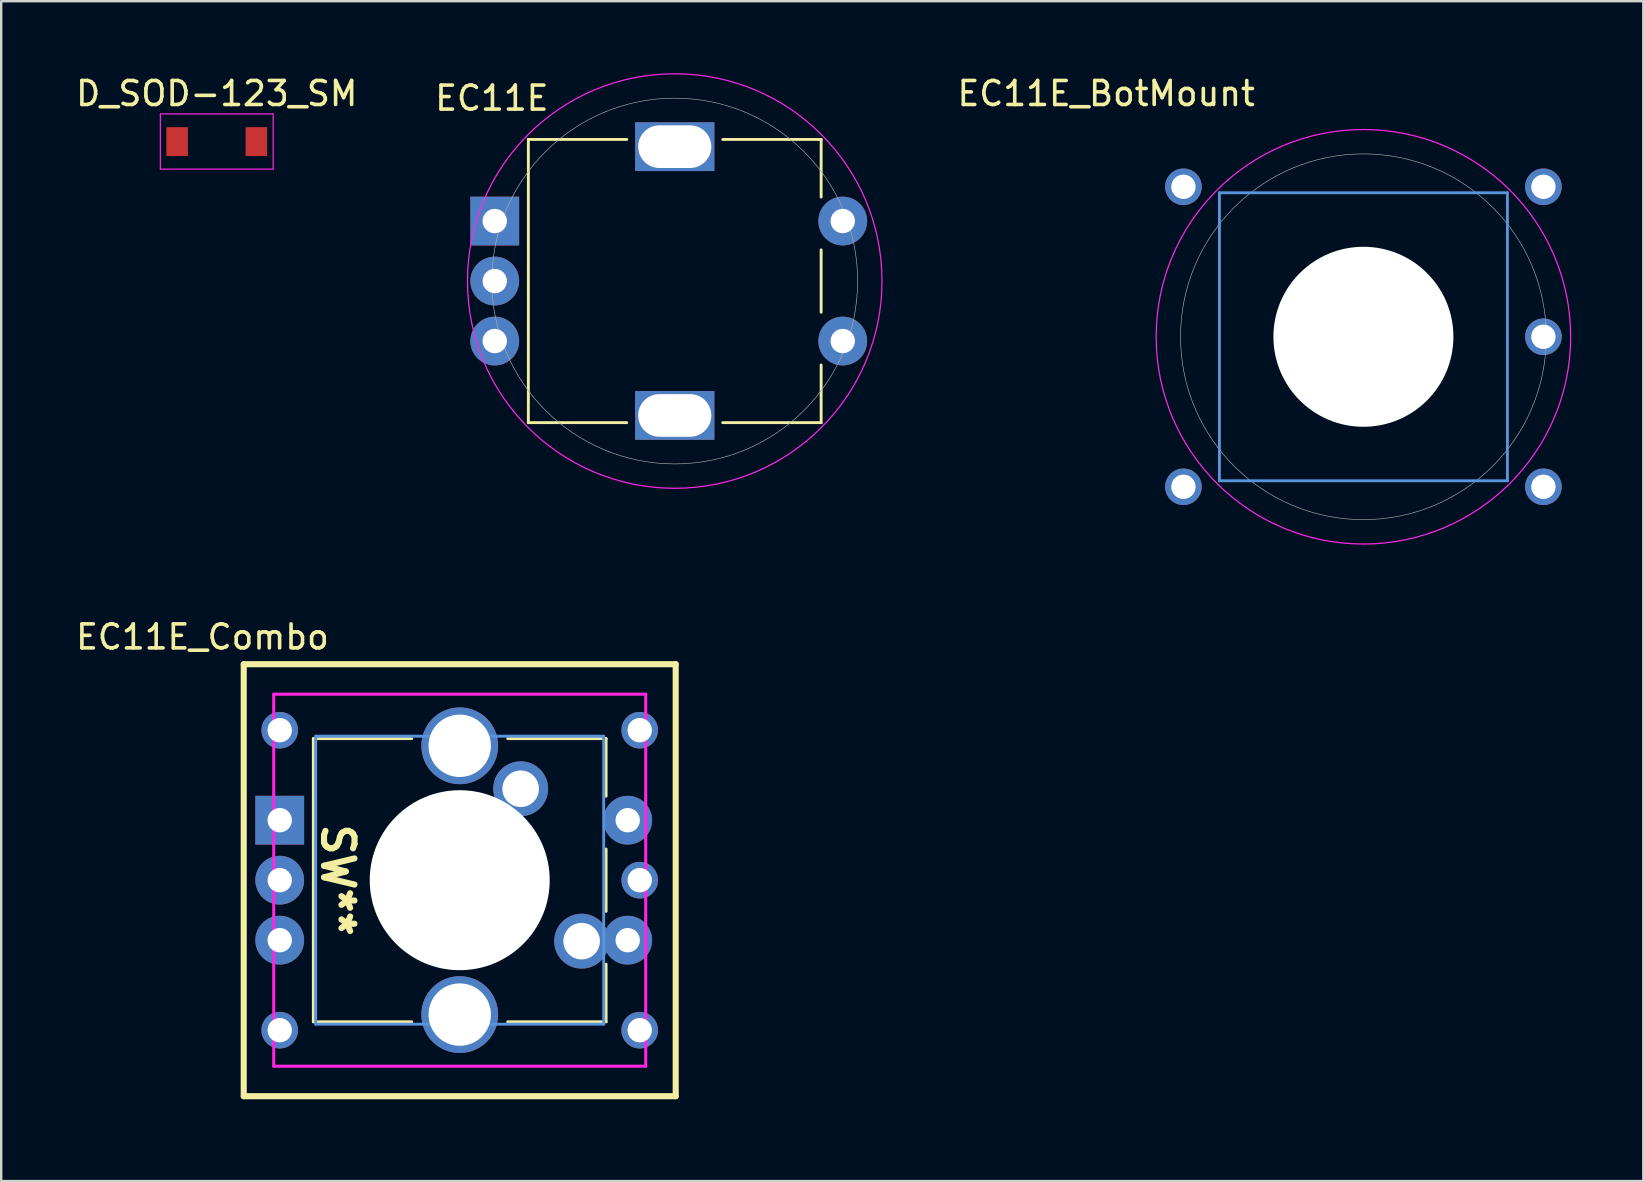
<source format=kicad_pcb>
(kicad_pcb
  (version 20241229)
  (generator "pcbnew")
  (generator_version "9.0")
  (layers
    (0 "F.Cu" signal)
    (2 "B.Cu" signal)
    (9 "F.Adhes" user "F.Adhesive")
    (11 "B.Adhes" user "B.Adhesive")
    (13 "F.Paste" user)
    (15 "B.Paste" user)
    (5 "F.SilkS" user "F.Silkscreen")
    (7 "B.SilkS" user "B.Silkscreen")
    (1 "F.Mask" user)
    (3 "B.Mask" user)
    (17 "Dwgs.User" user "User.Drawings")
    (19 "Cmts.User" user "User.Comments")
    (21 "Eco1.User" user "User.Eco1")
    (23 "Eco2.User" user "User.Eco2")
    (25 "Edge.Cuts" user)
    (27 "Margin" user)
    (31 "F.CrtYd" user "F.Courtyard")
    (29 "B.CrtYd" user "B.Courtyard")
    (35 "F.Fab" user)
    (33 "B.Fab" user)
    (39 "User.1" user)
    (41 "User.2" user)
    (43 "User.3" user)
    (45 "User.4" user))
  (footprint "EC11E_Combo"
    (layer "F.Cu")
    (at 16.106 33.627)
    (property "Reference" "EC11E_Combo" (at -10.719 -10.135 0) (layer "F.SilkS") (effects (font (size 1 1) (thickness 0.15))))
    (attr through_hole)
    (fp_line (start -9 -9) (end 9 -9) (stroke (width 0.254) (type solid)) (layer "F.SilkS"))
    (fp_line (start -9 9) (end -9 -9) (stroke (width 0.254) (type solid)) (layer "F.SilkS"))
    (fp_line (start -6.1 -5.9) (end -6.1 5.9) (stroke (width 0.12) (type solid)) (layer "F.SilkS"))
    (fp_line (start -2 -5.9) (end -6.1 -5.9) (stroke (width 0.12) (type solid)) (layer "F.SilkS"))
    (fp_line (start -2 5.9) (end -6.1 5.9) (stroke (width 0.12) (type solid)) (layer "F.SilkS"))
    (fp_line (start 2 -5.9) (end 6.1 -5.9) (stroke (width 0.12) (type solid)) (layer "F.SilkS"))
    (fp_line (start 6.1 -5.9) (end 6.1 -3.5) (stroke (width 0.12) (type solid)) (layer "F.SilkS"))
    (fp_line (start 6.1 -1.3) (end 6.1 1.3) (stroke (width 0.12) (type solid)) (layer "F.SilkS"))
    (fp_line (start 6.1 3.5) (end 6.1 5.9) (stroke (width 0.12) (type solid)) (layer "F.SilkS"))
    (fp_line (start 6.1 5.9) (end 2 5.9) (stroke (width 0.12) (type solid)) (layer "F.SilkS"))
    (fp_line (start 9 -9) (end 9 9) (stroke (width 0.254) (type solid)) (layer "F.SilkS"))
    (fp_line (start 9 9) (end -9 9) (stroke (width 0.254) (type solid)) (layer "F.SilkS"))
    (fp_line (start -6 -6) (end 6 -6) (stroke (width 0.12) (type solid)) (layer "Cmts.User"))
    (fp_line (start -6 6) (end -6 -6) (stroke (width 0.12) (type solid)) (layer "Cmts.User"))
    (fp_line (start -6 6) (end 6 6) (stroke (width 0.12) (type solid)) (layer "Cmts.User"))
    (fp_line (start 6 -6) (end 6 6) (stroke (width 0.12) (type solid)) (layer "Cmts.User"))
    (fp_line (start -7 6.746) (end -7 -6.746) (stroke (width 0.025) (type solid)) (layer "Eco1.User"))
    (fp_line (start -6.746 -7) (end 6.746 -7) (stroke (width 0.025) (type solid)) (layer "Eco1.User"))
    (fp_line (start 6.746 7) (end -6.746 7) (stroke (width 0.025) (type solid)) (layer "Eco1.User"))
    (fp_line (start 7 -6.746) (end 7 6.746) (stroke (width 0.025) (type solid)) (layer "Eco1.User"))
    (fp_arc (start -7 -6.746) (mid -6.925605 -6.925605) (end -6.746 -7) (stroke (width 0.0254) (type solid)) (layer "Eco1.User"))
    (fp_arc (start -6.746 7) (mid -6.925605 6.925605) (end -7 6.746) (stroke (width 0.0254) (type solid)) (layer "Eco1.User"))
    (fp_arc (start 6.746 -7) (mid 6.925605 -6.925605) (end 7 -6.746) (stroke (width 0.0254) (type solid)) (layer "Eco1.User"))
    (fp_arc (start 7 6.746) (mid 6.925605 6.925605) (end 6.746 7) (stroke (width 0.0254) (type solid)) (layer "Eco1.User"))
    (fp_line (start -9.525 -9.525) (end -9.525 9.525) (stroke (width 0.025) (type solid)) (layer "Eco2.User"))
    (fp_line (start 9.525 -9.525) (end -9.525 -9.525) (stroke (width 0.025) (type solid)) (layer "Eco2.User"))
    (fp_line (start 9.525 -9.525) (end 9.525 9.525) (stroke (width 0.025) (type solid)) (layer "Eco2.User"))
    (fp_line (start 9.525 9.525) (end -9.525 9.525) (stroke (width 0.025) (type solid)) (layer "Eco2.User"))
    (fp_line (start -7.75 -7.75) (end 7.75 -7.75) (stroke (width 0.127) (type solid)) (layer "F.CrtYd"))
    (fp_line (start -7.75 7.75) (end -7.75 -7.75) (stroke (width 0.127) (type solid)) (layer "F.CrtYd"))
    (fp_line (start 7.75 -7.75) (end 7.75 7.75) (stroke (width 0.127) (type solid)) (layer "F.CrtYd"))
    (fp_line (start 7.75 7.75) (end -7.75 7.75) (stroke (width 0.127) (type solid)) (layer "F.CrtYd"))
    (fp_text user "SW**" (at -5.08 0 270) (unlocked yes) (layer "F.SilkS") (effects (font (size 1.27 1.27) (thickness 0.254))))
    (pad "" np_thru_hole circle (at 0 0) (size 7.5 7.5) (drill 7.5) (layers "*.Cu" "*.Mask"))
    (pad "A" thru_hole circle (at -7.5 -6.25) (size 1.524 1.524) (drill 1.016) (layers "*.Cu" "*.Mask"))
    (pad "A" thru_hole rect (at -7.5 -2.5) (size 2.032 2.032) (drill 1.016) (layers "*.Cu" "*.Mask"))
    (pad "B" thru_hole circle (at -7.5 2.5) (size 2.032 2.032) (drill 1.016) (layers "*.Cu" "*.Mask"))
    (pad "B" thru_hole circle (at -7.5 6.25) (size 1.524 1.524) (drill 1.016) (layers "*.Cu" "*.Mask"))
    (pad "C" thru_hole circle (at -7.5 0) (size 2.032 2.032) (drill 1.016) (layers "*.Cu" "*.Mask"))
    (pad "C" thru_hole circle (at 7.5 0) (size 1.524 1.524) (drill 1.016) (layers "*.Cu" "*.Mask"))
    (pad "MP" thru_hole circle (at 0 -5.6) (size 3.2 3.2) (drill 2.6) (layers "*.Cu" "*.Mask"))
    (pad "MP" thru_hole circle (at 0 5.6) (size 3.2 3.2) (drill 2.6) (layers "*.Cu" "*.Mask"))
    (pad "S1" thru_hole circle (at 2.54 -3.81 90) (size 2.286 2.286) (drill 1.524) (layers "*.Cu" "*.Mask"))
    (pad "S1" thru_hole circle (at 7 -2.5) (size 2.032 2.032) (drill 1.016) (layers "*.Cu" "*.Mask"))
    (pad "S1" thru_hole circle (at 7.5 -6.25) (size 1.524 1.524) (drill 1.016) (layers "*.Cu" "*.Mask"))
    (pad "S2" thru_hole circle (at 5.08 2.54 311.9) (size 2.286 2.286) (drill 1.524) (layers "*.Cu" "*.Mask"))
    (pad "S2" thru_hole circle (at 7 2.5) (size 2.032 2.032) (drill 1.016) (layers "*.Cu" "*.Mask"))
    (pad "S2" thru_hole circle (at 7.5 6.25) (size 1.524 1.524) (drill 1.016) (layers "*.Cu" "*.Mask")))
  (footprint "EC11E_BotMount"
    (layer "F.Cu")
    (at 53.762 10.983)
    (property "Reference" "EC11E_BotMount" (at -10.719 -10.135 0) (layer "F.SilkS") (effects (font (size 1 1) (thickness 0.15))))
    (attr through_hole)
    (fp_line (start -6 -6) (end 6 -6) (stroke (width 0.12) (type solid)) (layer "Cmts.User"))
    (fp_line (start -6 6) (end -6 -6) (stroke (width 0.12) (type solid)) (layer "Cmts.User"))
    (fp_line (start -6 6) (end 6 6) (stroke (width 0.12) (type solid)) (layer "Cmts.User"))
    (fp_line (start 6 -6) (end 6 6) (stroke (width 0.12) (type solid)) (layer "Cmts.User"))
    (fp_circle (center 0 0) (end 8.636 0) (stroke (width 0.051) (type solid)) (fill no) (layer "F.CrtYd"))
    (fp_circle (center 0 0) (end 7.62 0) (stroke (width 0.025) (type solid)) (fill no) (layer "F.Fab"))
    (pad "" np_thru_hole circle (at 0 0) (size 7.5 7.5) (drill 7.5) (layers "*.Cu" "*.Mask"))
    (pad "A" thru_hole circle (at -7.5 -6.25) (size 1.524 1.524) (drill 1.016) (layers "*.Cu" "*.Mask"))
    (pad "B" thru_hole circle (at -7.5 6.25) (size 1.524 1.524) (drill 1.016) (layers "*.Cu" "*.Mask"))
    (pad "C" thru_hole circle (at 7.5 0) (size 1.524 1.524) (drill 1.016) (layers "*.Cu" "*.Mask"))
    (pad "S1" thru_hole circle (at 7.5 -6.25) (size 1.524 1.524) (drill 1.016) (layers "*.Cu" "*.Mask"))
    (pad "S2" thru_hole circle (at 7.5 6.25) (size 1.524 1.524) (drill 1.016) (layers "*.Cu" "*.Mask")))
  (footprint "D_SOD-123_SM"
    (layer "F.Cu")
    (at 5.982 2.848)
    (property "Reference" "D_SOD-123_SM" (at 0 -2 0) (layer "F.SilkS") (effects (font (size 1 1) (thickness 0.15))))
    (attr smd)
    (fp_line (start -0.75 0) (end -0.35 0) (stroke (width 0.15) (type solid)) (layer "F.Mask"))
    (fp_line (start -0.35 0) (end -0.35 -0.55) (stroke (width 0.152) (type solid)) (layer "F.Mask"))
    (fp_line (start -0.35 0) (end -0.35 0.55) (stroke (width 0.152) (type solid)) (layer "F.Mask"))
    (fp_line (start -0.35 0) (end 0.25 -0.4) (stroke (width 0.152) (type solid)) (layer "F.Mask"))
    (fp_line (start 0.25 -0.4) (end 0.25 0.4) (stroke (width 0.152) (type solid)) (layer "F.Mask"))
    (fp_line (start 0.25 0) (end 0.75 0) (stroke (width 0.152) (type solid)) (layer "F.Mask"))
    (fp_line (start 0.25 0.4) (end -0.35 0) (stroke (width 0.152) (type solid)) (layer "F.Mask"))
    (fp_line (start -2.35 -1.15) (end -2.35 1.15) (stroke (width 0.05) (type solid)) (layer "F.CrtYd"))
    (fp_line (start -2.35 -1.15) (end 2.35 -1.15) (stroke (width 0.05) (type solid)) (layer "F.CrtYd"))
    (fp_line (start 2.35 -1.15) (end 2.35 1.15) (stroke (width 0.05) (type solid)) (layer "F.CrtYd"))
    (fp_line (start 2.35 1.15) (end -2.35 1.15) (stroke (width 0.05) (type solid)) (layer "F.CrtYd"))
    (pad "1" smd rect (at -1.65 0) (size 0.9 1.2) (layers "F.Cu" "F.Mask" "F.Paste"))
    (pad "2" smd rect (at 1.65 0) (size 0.9 1.2) (layers "F.Cu" "F.Mask" "F.Paste")))
  (footprint "EC11E"
    (layer "F.Cu")
    (at 25.066 8.661)
    (property "Reference" "EC11E" (at -7.62 -7.62 0) (layer "F.SilkS") (effects (font (size 1 1) (thickness 0.15))))
    (attr through_hole)
    (fp_line (start -6.1 -5.9) (end -6.1 5.9) (stroke (width 0.12) (type solid)) (layer "F.SilkS"))
    (fp_line (start -2 -5.9) (end -6.1 -5.9) (stroke (width 0.12) (type solid)) (layer "F.SilkS"))
    (fp_line (start -2 5.9) (end -6.1 5.9) (stroke (width 0.12) (type solid)) (layer "F.SilkS"))
    (fp_line (start 2 -5.9) (end 6.1 -5.9) (stroke (width 0.12) (type solid)) (layer "F.SilkS"))
    (fp_line (start 6.1 -5.9) (end 6.1 -3.5) (stroke (width 0.12) (type solid)) (layer "F.SilkS"))
    (fp_line (start 6.1 -1.3) (end 6.1 1.3) (stroke (width 0.12) (type solid)) (layer "F.SilkS"))
    (fp_line (start 6.1 3.5) (end 6.1 5.9) (stroke (width 0.12) (type solid)) (layer "F.SilkS"))
    (fp_line (start 6.1 5.9) (end 2 5.9) (stroke (width 0.12) (type solid)) (layer "F.SilkS"))
    (fp_circle (center 0 0) (end 8.636 0) (stroke (width 0.051) (type solid)) (fill no) (layer "F.CrtYd"))
    (fp_circle (center 0 0) (end 7.62 0) (stroke (width 0.025) (type solid)) (fill no) (layer "F.Fab"))
    (pad "" np_thru_hole rect (at 0 -5.6) (size 3.302 2.032) (drill oval 3.048 1.778) (layers "*.Cu" "*.Mask"))
    (pad "" np_thru_hole rect (at 0 5.6) (size 3.302 2.032) (drill oval 3.048 1.778) (layers "*.Cu" "*.Mask"))
    (pad "A" thru_hole rect (at -7.5 -2.5) (size 2.032 2.032) (drill 1.016) (layers "*.Cu" "*.Mask"))
    (pad "B" thru_hole circle (at -7.5 2.5) (size 2.032 2.032) (drill 1.016) (layers "*.Cu" "*.Mask"))
    (pad "C" thru_hole circle (at -7.5 0) (size 2.032 2.032) (drill 1.016) (layers "*.Cu" "*.Mask"))
    (pad "S1" thru_hole circle (at 7 -2.5) (size 2.032 2.032) (drill 1.016) (layers "*.Cu" "*.Mask"))
    (pad "S2" thru_hole circle (at 7 2.5) (size 2.032 2.032) (drill 1.016) (layers "*.Cu" "*.Mask")))
  (gr_rect
    (start -3 -3)
    (end 65.424 46.165)
    (stroke (width 0.1) (type default))
    (fill no)
    (layer "Edge.Cuts")))
</source>
